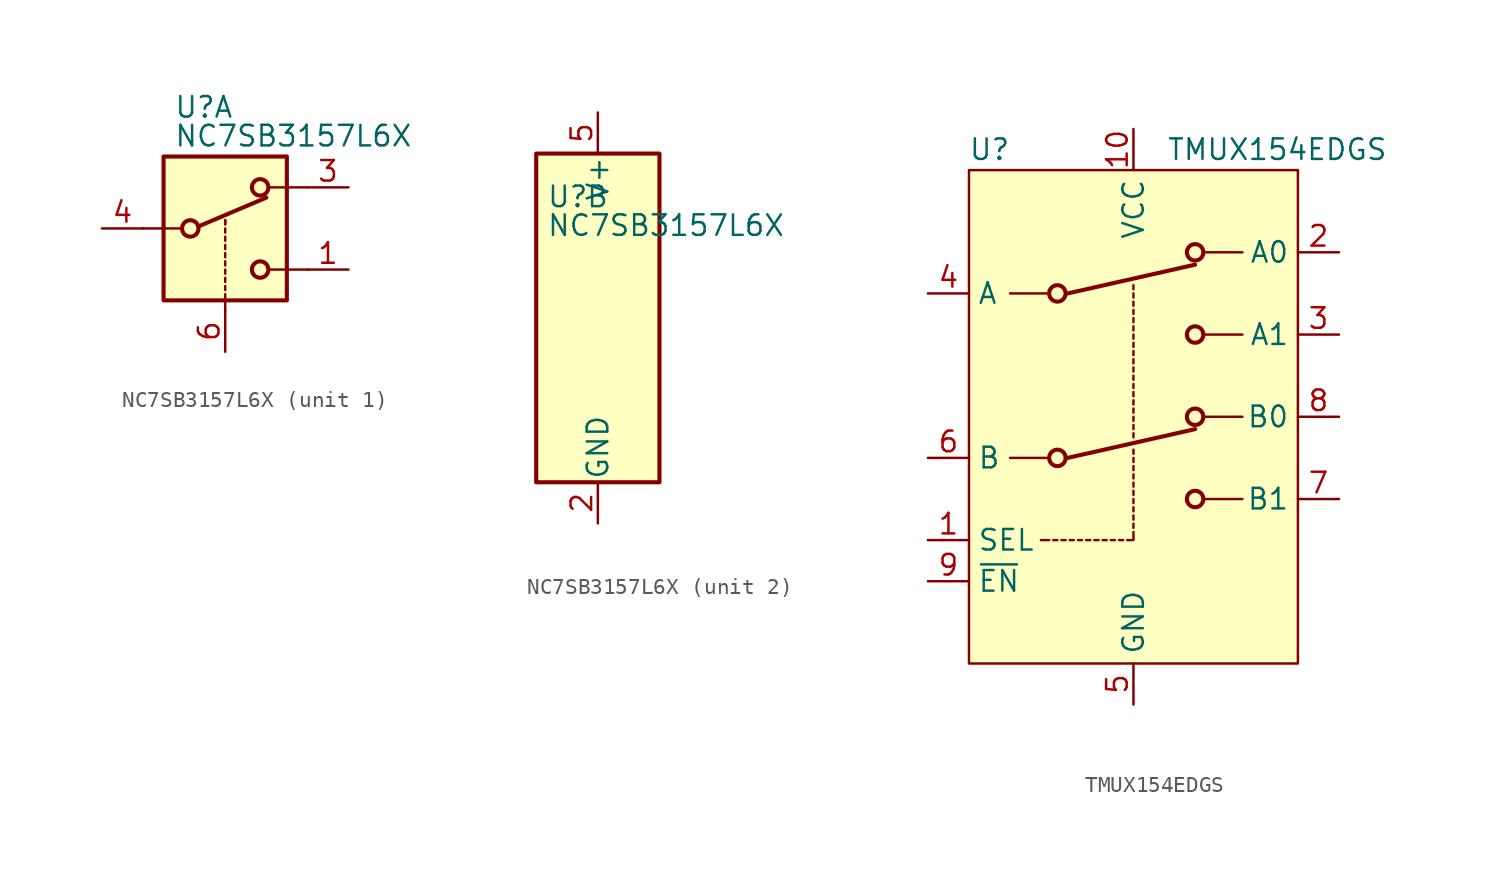
<source format=kicad_sym>
(kicad_symbol_lib
  (version 20231120)
  (generator "kicad_symbol_editor")
  (generator_version "8.0")
  (symbol "NC7SB3157L6X"
    (pin_names
      (offset 0.127))
    (property "Reference" "U"
      (at -3.175 7.493 0)
      (effects (font (size 1.27 1.27)) (justify left)))
    (property "Value" "NC7SB3157L6X"
      (at -3.175 5.715 0)
      (effects (font (size 1.27 1.27)) (justify left)))
    (symbol "NC7SB3157L6X_1_1"
      (rectangle (start -3.81 4.445) (end 3.81 -4.445) (stroke (width 0.254) (type default)) (fill (type background)))
      (circle (center -2.159 0) (radius 0.508) (stroke (width 0.254) (type default)) (fill (type none)))
      (polyline (pts (xy -5.08 0) (xy -2.794 0)) (stroke (width 0) (type default)) (fill (type none)))
      (polyline (pts (xy -1.651 0.127) (xy 2.54 1.905)) (stroke (width 0.254) (type default)) (fill (type none)))
      (polyline (pts (xy 0 -5.08) (xy 0 -4.572)) (stroke (width 0) (type default)) (fill (type none)))
      (polyline (pts (xy 0 -4.318) (xy 0 -4.064)) (stroke (width 0) (type default)) (fill (type none)))
      (polyline (pts (xy 0 -3.81) (xy 0 -3.556)) (stroke (width 0) (type default)) (fill (type none)))
      (polyline (pts (xy 0 -3.302) (xy 0 -3.048)) (stroke (width 0) (type default)) (fill (type none)))
      (polyline (pts (xy 0 -2.794) (xy 0 -2.54)) (stroke (width 0) (type default)) (fill (type none)))
      (polyline (pts (xy 0 -2.286) (xy 0 -2.032)) (stroke (width 0) (type default)) (fill (type none)))
      (polyline (pts (xy 0 -1.778) (xy 0 -1.524)) (stroke (width 0) (type default)) (fill (type none)))
      (polyline (pts (xy 0 -1.27) (xy 0 -1.016)) (stroke (width 0) (type default)) (fill (type none)))
      (polyline (pts (xy 0 -0.762) (xy 0 -0.508)) (stroke (width 0) (type default)) (fill (type none)))
      (polyline (pts (xy 0 -0.254) (xy 0 0)) (stroke (width 0) (type default)) (fill (type none)))
      (polyline (pts (xy 0 0.254) (xy 0 0.508)) (stroke (width 0) (type default)) (fill (type none)))
      (polyline (pts (xy 0 0.254) (xy 0 0.508)) (stroke (width 0) (type default)) (fill (type none)))
      (polyline (pts (xy 5.08 -2.54) (xy 2.794 -2.54)) (stroke (width 0) (type default)) (fill (type none)))
      (polyline (pts (xy 5.08 2.54) (xy 2.794 2.54)) (stroke (width 0) (type default)) (fill (type none)))
      (circle (center 2.159 -2.54) (radius 0.508) (stroke (width 0.254) (type default)) (fill (type none)))
      (circle (center 2.159 2.54) (radius 0.508) (stroke (width 0.254) (type default)) (fill (type none)))
      (pin passive line (at 7.62 -2.54 180) (length 2.54) (name "~" (effects (font (size 1.27 1.27)))) (number "1" (effects (font (size 1.27 1.27)))))
      (pin passive line (at 7.62 2.54 180) (length 2.54) (name "~" (effects (font (size 1.27 1.27)))) (number "3" (effects (font (size 1.27 1.27)))))
      (pin passive line (at -7.62 0 0) (length 2.54) (name "~" (effects (font (size 1.27 1.27)))) (number "4" (effects (font (size 1.27 1.27)))))
      (pin input line (at 0 -7.62 90) (length 2.54) (name "~" (effects (font (size 1.27 1.27)))) (number "6" (effects (font (size 1.27 1.27))))))
    (symbol "NC7SB3157L6X_2_0"
      (pin power_in line (at 0 -12.7 90) (length 2.54) (name "GND" (effects (font (size 1.27 1.27)))) (number "2" (effects (font (size 1.27 1.27)))))
      (pin power_in line (at 0 12.7 270) (length 2.54) (name "V+" (effects (font (size 1.27 1.27)))) (number "5" (effects (font (size 1.27 1.27))))))
    (symbol "NC7SB3157L6X_2_1"
      (rectangle (start -3.81 10.16) (end 3.81 -10.16) (stroke (width 0.254) (type default)) (fill (type background)))))
  (symbol "TMUX154EDGS"
    (property "Reference" "U"
      (at -8.89 16.51 0)
      (effects (font (size 1.27 1.27))))
    (property "Value" "TMUX154EDGS"
      (at 8.89 16.51 0)
      (effects (font (size 1.27 1.27))))
    (symbol "TMUX154EDGS_1_1"
      (rectangle (start -10.16 15.24) (end 10.16 -15.24) (stroke (width 0) (type default)) (fill (type background)))
      (circle (center -4.699 -2.54) (radius 0.508) (stroke (width 0.254) (type default)) (fill (type none)))
      (circle (center -4.699 7.62) (radius 0.508) (stroke (width 0.254) (type default)) (fill (type none)))
      (polyline (pts (xy -7.62 -2.54) (xy -5.334 -2.54)) (stroke (width 0) (type default)) (fill (type none)))
      (polyline (pts (xy -7.62 7.62) (xy -5.334 7.62)) (stroke (width 0) (type default)) (fill (type none)))
      (polyline (pts (xy -5.715 -7.62) (xy -5.207 -7.62)) (stroke (width 0) (type default)) (fill (type none)))
      (polyline (pts (xy -4.953 -7.62) (xy -4.699 -7.62)) (stroke (width 0) (type default)) (fill (type none)))
      (polyline (pts (xy -4.445 -7.62) (xy -4.191 -7.62)) (stroke (width 0) (type default)) (fill (type none)))
      (polyline (pts (xy -3.937 -7.62) (xy -3.683 -7.62)) (stroke (width 0) (type default)) (fill (type none)))
      (polyline (pts (xy -3.429 -7.62) (xy -3.175 -7.62)) (stroke (width 0) (type default)) (fill (type none)))
      (polyline (pts (xy -2.921 -7.62) (xy -2.667 -7.62)) (stroke (width 0) (type default)) (fill (type none)))
      (polyline (pts (xy -2.413 -7.62) (xy -2.159 -7.62)) (stroke (width 0) (type default)) (fill (type none)))
      (polyline (pts (xy -1.905 -7.62) (xy -1.651 -7.62)) (stroke (width 0) (type default)) (fill (type none)))
      (polyline (pts (xy -1.397 -7.62) (xy -1.143 -7.62)) (stroke (width 0) (type default)) (fill (type none)))
      (polyline (pts (xy -0.889 -7.62) (xy -0.635 -7.62)) (stroke (width 0) (type default)) (fill (type none)))
      (polyline (pts (xy -0.381 -7.62) (xy -0.127 -7.62)) (stroke (width 0) (type default)) (fill (type none)))
      (polyline (pts (xy 0 -7.62) (xy 0 -7.112)) (stroke (width 0) (type default)) (fill (type none)))
      (polyline (pts (xy 0 -6.858) (xy 0 -6.604)) (stroke (width 0) (type default)) (fill (type none)))
      (polyline (pts (xy 0 -6.35) (xy 0 -6.096)) (stroke (width 0) (type default)) (fill (type none)))
      (polyline (pts (xy 0 -5.842) (xy 0 -5.588)) (stroke (width 0) (type default)) (fill (type none)))
      (polyline (pts (xy 0 -5.334) (xy 0 -5.08)) (stroke (width 0) (type default)) (fill (type none)))
      (polyline (pts (xy 0 -4.826) (xy 0 -4.572)) (stroke (width 0) (type default)) (fill (type none)))
      (polyline (pts (xy 0 -4.318) (xy 0 -4.064)) (stroke (width 0) (type default)) (fill (type none)))
      (polyline (pts (xy 0 -3.81) (xy 0 -3.556)) (stroke (width 0) (type default)) (fill (type none)))
      (polyline (pts (xy 0 -3.302) (xy 0 -3.048)) (stroke (width 0) (type default)) (fill (type none)))
      (polyline (pts (xy 0 -2.794) (xy 0 -2.54)) (stroke (width 0) (type default)) (fill (type none)))
      (polyline (pts (xy 0 -2.286) (xy 0 -2.032)) (stroke (width 0) (type default)) (fill (type none)))
      (polyline (pts (xy 0 -1.27) (xy 0 -1.016)) (stroke (width 0) (type default)) (fill (type none)))
      (polyline (pts (xy 0 -0.762) (xy 0 -0.508)) (stroke (width 0) (type default)) (fill (type none)))
      (polyline (pts (xy 0 -0.254) (xy 0 0)) (stroke (width 0) (type default)) (fill (type none)))
      (polyline (pts (xy 0 0.254) (xy 0 0.508)) (stroke (width 0) (type default)) (fill (type none)))
      (polyline (pts (xy 0 0.762) (xy 0 1.016)) (stroke (width 0) (type default)) (fill (type none)))
      (polyline (pts (xy 0 1.27) (xy 0 1.524)) (stroke (width 0) (type default)) (fill (type none)))
      (polyline (pts (xy 0 1.778) (xy 0 2.032)) (stroke (width 0) (type default)) (fill (type none)))
      (polyline (pts (xy 0 2.286) (xy 0 2.54)) (stroke (width 0) (type default)) (fill (type none)))
      (polyline (pts (xy 0 2.794) (xy 0 3.048)) (stroke (width 0) (type default)) (fill (type none)))
      (polyline (pts (xy 0 3.302) (xy 0 3.556)) (stroke (width 0) (type default)) (fill (type none)))
      (polyline (pts (xy 0 3.81) (xy 0 4.064)) (stroke (width 0) (type default)) (fill (type none)))
      (polyline (pts (xy 0 4.318) (xy 0 4.572)) (stroke (width 0) (type default)) (fill (type none)))
      (polyline (pts (xy 0 4.826) (xy 0 5.08)) (stroke (width 0) (type default)) (fill (type none)))
      (polyline (pts (xy 0 5.334) (xy 0 5.588)) (stroke (width 0) (type default)) (fill (type none)))
      (polyline (pts (xy 0 5.842) (xy 0 6.096)) (stroke (width 0) (type default)) (fill (type none)))
      (polyline (pts (xy 0 6.35) (xy 0 6.604)) (stroke (width 0) (type default)) (fill (type none)))
      (polyline (pts (xy 0 6.858) (xy 0 7.112)) (stroke (width 0) (type default)) (fill (type none)))
      (polyline (pts (xy 0 7.366) (xy 0 7.62)) (stroke (width 0) (type default)) (fill (type none)))
      (polyline (pts (xy 0 7.874) (xy 0 8.128)) (stroke (width 0) (type default)) (fill (type none)))
      (polyline (pts (xy 3.81 -0.762) (xy -4.064 -2.54)) (stroke (width 0.254) (type default)) (fill (type none)))
      (polyline (pts (xy 3.81 9.398) (xy -4.064 7.62)) (stroke (width 0.254) (type default)) (fill (type none)))
      (polyline (pts (xy 6.731 -5.08) (xy 4.445 -5.08)) (stroke (width 0) (type default)) (fill (type none)))
      (polyline (pts (xy 6.731 0) (xy 4.445 0)) (stroke (width 0) (type default)) (fill (type none)))
      (polyline (pts (xy 6.731 5.08) (xy 4.445 5.08)) (stroke (width 0) (type default)) (fill (type none)))
      (polyline (pts (xy 6.731 10.16) (xy 4.445 10.16)) (stroke (width 0) (type default)) (fill (type none)))
      (circle (center 3.81 -5.08) (radius 0.508) (stroke (width 0.254) (type default)) (fill (type none)))
      (circle (center 3.81 0) (radius 0.508) (stroke (width 0.254) (type default)) (fill (type none)))
      (circle (center 3.81 5.08) (radius 0.508) (stroke (width 0.254) (type default)) (fill (type none)))
      (circle (center 3.81 10.16) (radius 0.508) (stroke (width 0.254) (type default)) (fill (type none)))
      (pin passive line (at -12.7 -7.62 0) (length 2.54) (name "SEL" (effects (font (size 1.27 1.27)))) (number "1" (effects (font (size 1.27 1.27)))))
      (pin power_in line (at 0 17.78 270) (length 2.54) (name "VCC" (effects (font (size 1.27 1.27)))) (number "10" (effects (font (size 1.27 1.27)))))
      (pin passive line (at 12.7 10.16 180) (length 2.54) (name "A0" (effects (font (size 1.27 1.27)))) (number "2" (effects (font (size 1.27 1.27)))))
      (pin passive line (at 12.7 5.08 180) (length 2.54) (name "A1" (effects (font (size 1.27 1.27)))) (number "3" (effects (font (size 1.27 1.27)))))
      (pin passive line (at -12.7 7.62 0) (length 2.54) (name "A" (effects (font (size 1.27 1.27)))) (number "4" (effects (font (size 1.27 1.27)))))
      (pin power_in line (at 0 -17.78 90) (length 2.54) (name "GND" (effects (font (size 1.27 1.27)))) (number "5" (effects (font (size 1.27 1.27)))))
      (pin passive line (at -12.7 -2.54 0) (length 2.54) (name "B" (effects (font (size 1.27 1.27)))) (number "6" (effects (font (size 1.27 1.27)))))
      (pin passive line (at 12.7 -5.08 180) (length 2.54) (name "B1" (effects (font (size 1.27 1.27)))) (number "7" (effects (font (size 1.27 1.27)))))
      (pin passive line (at 12.7 0 180) (length 2.54) (name "B0" (effects (font (size 1.27 1.27)))) (number "8" (effects (font (size 1.27 1.27)))))
      (pin passive line (at -12.7 -10.16 0) (length 2.54) (name "~{EN}" (effects (font (size 1.27 1.27)))) (number "9" (effects (font (size 1.27 1.27))))))))
</source>
